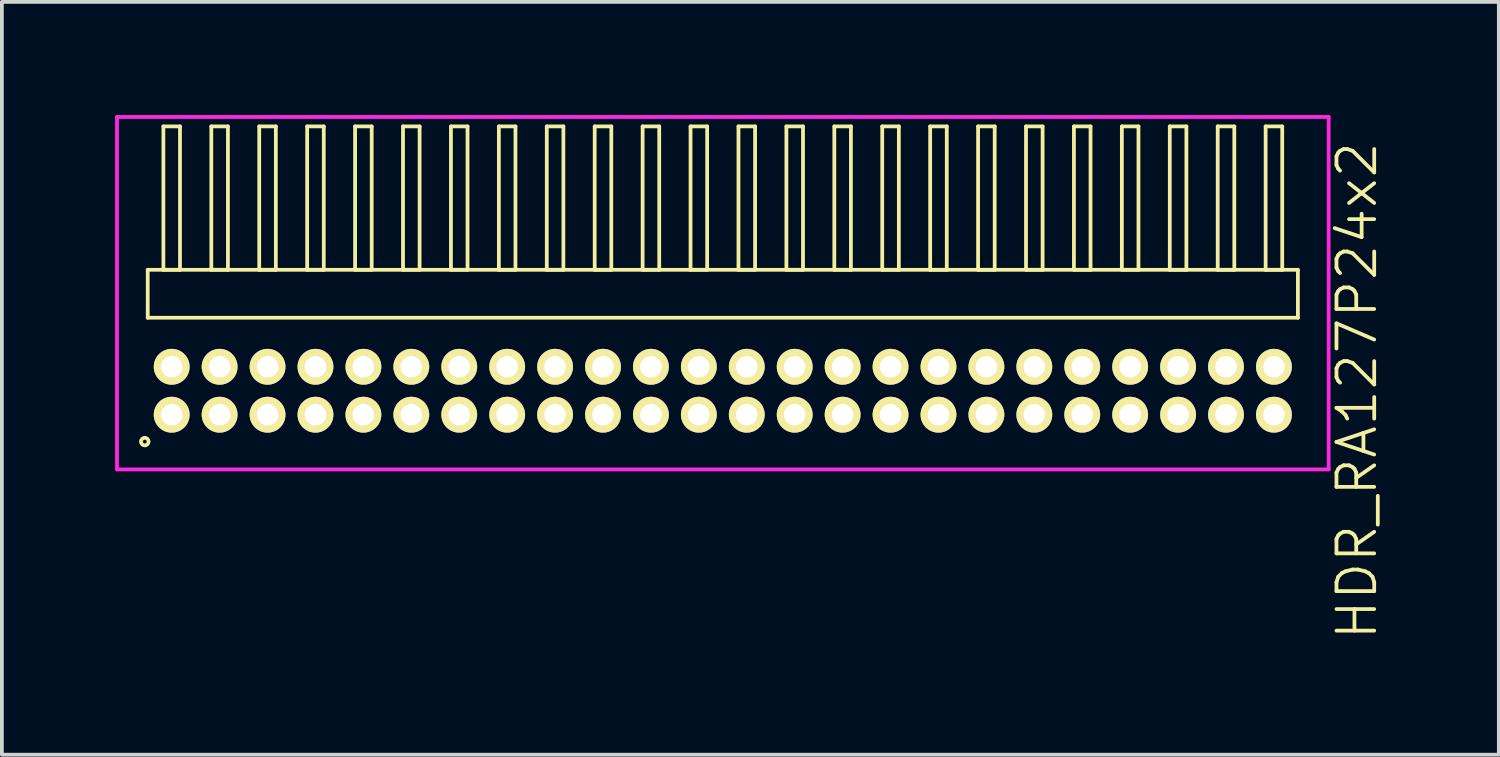
<source format=kicad_pcb>
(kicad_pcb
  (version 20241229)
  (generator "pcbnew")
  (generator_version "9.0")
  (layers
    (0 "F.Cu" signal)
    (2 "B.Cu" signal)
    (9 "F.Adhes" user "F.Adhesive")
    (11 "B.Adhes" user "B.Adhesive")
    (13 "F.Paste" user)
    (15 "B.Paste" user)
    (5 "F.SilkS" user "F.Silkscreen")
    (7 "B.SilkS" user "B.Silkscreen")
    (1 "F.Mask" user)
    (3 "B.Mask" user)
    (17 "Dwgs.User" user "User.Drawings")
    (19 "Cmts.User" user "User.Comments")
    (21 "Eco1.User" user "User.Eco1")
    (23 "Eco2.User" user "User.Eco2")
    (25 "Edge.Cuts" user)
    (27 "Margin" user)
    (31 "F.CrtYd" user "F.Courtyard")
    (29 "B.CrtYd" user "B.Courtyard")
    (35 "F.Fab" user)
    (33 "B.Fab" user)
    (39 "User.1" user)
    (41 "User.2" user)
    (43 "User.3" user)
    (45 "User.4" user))
  (footprint "HDR_RA127P24x2"
    (layer "F.Cu")
    (at 16.105 7.305)
    (property "Reference" "HDR_RA127P24x2" (at 16.805 0 90) (layer "F.SilkS") (effects (font (size 1 1) (thickness 0.1))))
    (attr through_hole)
    (fp_line (start -15.24 -3.205) (end -15.24 -1.935) (stroke (width 0.1) (type solid)) (layer "F.SilkS"))
    (fp_line (start -15.24 -1.935) (end 15.24 -1.935) (stroke (width 0.1) (type solid)) (layer "F.SilkS"))
    (fp_line (start -14.825 -7.005) (end -14.825 -3.205) (stroke (width 0.1) (type solid)) (layer "F.SilkS"))
    (fp_line (start -14.825 -3.205) (end -14.385 -3.205) (stroke (width 0.1) (type solid)) (layer "F.SilkS"))
    (fp_line (start -14.385 -7.005) (end -14.825 -7.005) (stroke (width 0.1) (type solid)) (layer "F.SilkS"))
    (fp_line (start -14.385 -3.205) (end -14.385 -7.005) (stroke (width 0.1) (type solid)) (layer "F.SilkS"))
    (fp_line (start -13.555 -7.005) (end -13.555 -3.205) (stroke (width 0.1) (type solid)) (layer "F.SilkS"))
    (fp_line (start -13.555 -3.205) (end -13.115 -3.205) (stroke (width 0.1) (type solid)) (layer "F.SilkS"))
    (fp_line (start -13.115 -7.005) (end -13.555 -7.005) (stroke (width 0.1) (type solid)) (layer "F.SilkS"))
    (fp_line (start -13.115 -3.205) (end -13.115 -7.005) (stroke (width 0.1) (type solid)) (layer "F.SilkS"))
    (fp_line (start -12.285 -7.005) (end -12.285 -3.205) (stroke (width 0.1) (type solid)) (layer "F.SilkS"))
    (fp_line (start -12.285 -3.205) (end -11.845 -3.205) (stroke (width 0.1) (type solid)) (layer "F.SilkS"))
    (fp_line (start -11.845 -7.005) (end -12.285 -7.005) (stroke (width 0.1) (type solid)) (layer "F.SilkS"))
    (fp_line (start -11.845 -3.205) (end -11.845 -7.005) (stroke (width 0.1) (type solid)) (layer "F.SilkS"))
    (fp_line (start -11.015 -7.005) (end -11.015 -3.205) (stroke (width 0.1) (type solid)) (layer "F.SilkS"))
    (fp_line (start -11.015 -3.205) (end -10.575 -3.205) (stroke (width 0.1) (type solid)) (layer "F.SilkS"))
    (fp_line (start -10.575 -7.005) (end -11.015 -7.005) (stroke (width 0.1) (type solid)) (layer "F.SilkS"))
    (fp_line (start -10.575 -3.205) (end -10.575 -7.005) (stroke (width 0.1) (type solid)) (layer "F.SilkS"))
    (fp_line (start -9.745 -7.005) (end -9.745 -3.205) (stroke (width 0.1) (type solid)) (layer "F.SilkS"))
    (fp_line (start -9.745 -3.205) (end -9.305 -3.205) (stroke (width 0.1) (type solid)) (layer "F.SilkS"))
    (fp_line (start -9.305 -7.005) (end -9.745 -7.005) (stroke (width 0.1) (type solid)) (layer "F.SilkS"))
    (fp_line (start -9.305 -3.205) (end -9.305 -7.005) (stroke (width 0.1) (type solid)) (layer "F.SilkS"))
    (fp_line (start -8.475 -7.005) (end -8.475 -3.205) (stroke (width 0.1) (type solid)) (layer "F.SilkS"))
    (fp_line (start -8.475 -3.205) (end -8.035 -3.205) (stroke (width 0.1) (type solid)) (layer "F.SilkS"))
    (fp_line (start -8.035 -7.005) (end -8.475 -7.005) (stroke (width 0.1) (type solid)) (layer "F.SilkS"))
    (fp_line (start -8.035 -3.205) (end -8.035 -7.005) (stroke (width 0.1) (type solid)) (layer "F.SilkS"))
    (fp_line (start -7.205 -7.005) (end -7.205 -3.205) (stroke (width 0.1) (type solid)) (layer "F.SilkS"))
    (fp_line (start -7.205 -3.205) (end -6.765 -3.205) (stroke (width 0.1) (type solid)) (layer "F.SilkS"))
    (fp_line (start -6.765 -7.005) (end -7.205 -7.005) (stroke (width 0.1) (type solid)) (layer "F.SilkS"))
    (fp_line (start -6.765 -3.205) (end -6.765 -7.005) (stroke (width 0.1) (type solid)) (layer "F.SilkS"))
    (fp_line (start -5.935 -7.005) (end -5.935 -3.205) (stroke (width 0.1) (type solid)) (layer "F.SilkS"))
    (fp_line (start -5.935 -3.205) (end -5.495 -3.205) (stroke (width 0.1) (type solid)) (layer "F.SilkS"))
    (fp_line (start -5.495 -7.005) (end -5.935 -7.005) (stroke (width 0.1) (type solid)) (layer "F.SilkS"))
    (fp_line (start -5.495 -3.205) (end -5.495 -7.005) (stroke (width 0.1) (type solid)) (layer "F.SilkS"))
    (fp_line (start -4.665 -7.005) (end -4.665 -3.205) (stroke (width 0.1) (type solid)) (layer "F.SilkS"))
    (fp_line (start -4.665 -3.205) (end -4.225 -3.205) (stroke (width 0.1) (type solid)) (layer "F.SilkS"))
    (fp_line (start -4.225 -7.005) (end -4.665 -7.005) (stroke (width 0.1) (type solid)) (layer "F.SilkS"))
    (fp_line (start -4.225 -3.205) (end -4.225 -7.005) (stroke (width 0.1) (type solid)) (layer "F.SilkS"))
    (fp_line (start -3.395 -7.005) (end -3.395 -3.205) (stroke (width 0.1) (type solid)) (layer "F.SilkS"))
    (fp_line (start -3.395 -3.205) (end -2.955 -3.205) (stroke (width 0.1) (type solid)) (layer "F.SilkS"))
    (fp_line (start -2.955 -7.005) (end -3.395 -7.005) (stroke (width 0.1) (type solid)) (layer "F.SilkS"))
    (fp_line (start -2.955 -3.205) (end -2.955 -7.005) (stroke (width 0.1) (type solid)) (layer "F.SilkS"))
    (fp_line (start -2.125 -7.005) (end -2.125 -3.205) (stroke (width 0.1) (type solid)) (layer "F.SilkS"))
    (fp_line (start -2.125 -3.205) (end -1.685 -3.205) (stroke (width 0.1) (type solid)) (layer "F.SilkS"))
    (fp_line (start -1.685 -7.005) (end -2.125 -7.005) (stroke (width 0.1) (type solid)) (layer "F.SilkS"))
    (fp_line (start -1.685 -3.205) (end -1.685 -7.005) (stroke (width 0.1) (type solid)) (layer "F.SilkS"))
    (fp_line (start -0.855 -7.005) (end -0.855 -3.205) (stroke (width 0.1) (type solid)) (layer "F.SilkS"))
    (fp_line (start -0.855 -3.205) (end -0.415 -3.205) (stroke (width 0.1) (type solid)) (layer "F.SilkS"))
    (fp_line (start -0.415 -7.005) (end -0.855 -7.005) (stroke (width 0.1) (type solid)) (layer "F.SilkS"))
    (fp_line (start -0.415 -3.205) (end -0.415 -7.005) (stroke (width 0.1) (type solid)) (layer "F.SilkS"))
    (fp_line (start 0.415 -7.005) (end 0.415 -3.205) (stroke (width 0.1) (type solid)) (layer "F.SilkS"))
    (fp_line (start 0.415 -3.205) (end 0.855 -3.205) (stroke (width 0.1) (type solid)) (layer "F.SilkS"))
    (fp_line (start 0.855 -7.005) (end 0.415 -7.005) (stroke (width 0.1) (type solid)) (layer "F.SilkS"))
    (fp_line (start 0.855 -3.205) (end 0.855 -7.005) (stroke (width 0.1) (type solid)) (layer "F.SilkS"))
    (fp_line (start 1.685 -7.005) (end 1.685 -3.205) (stroke (width 0.1) (type solid)) (layer "F.SilkS"))
    (fp_line (start 1.685 -3.205) (end 2.125 -3.205) (stroke (width 0.1) (type solid)) (layer "F.SilkS"))
    (fp_line (start 2.125 -7.005) (end 1.685 -7.005) (stroke (width 0.1) (type solid)) (layer "F.SilkS"))
    (fp_line (start 2.125 -3.205) (end 2.125 -7.005) (stroke (width 0.1) (type solid)) (layer "F.SilkS"))
    (fp_line (start 2.955 -7.005) (end 2.955 -3.205) (stroke (width 0.1) (type solid)) (layer "F.SilkS"))
    (fp_line (start 2.955 -3.205) (end 3.395 -3.205) (stroke (width 0.1) (type solid)) (layer "F.SilkS"))
    (fp_line (start 3.395 -7.005) (end 2.955 -7.005) (stroke (width 0.1) (type solid)) (layer "F.SilkS"))
    (fp_line (start 3.395 -3.205) (end 3.395 -7.005) (stroke (width 0.1) (type solid)) (layer "F.SilkS"))
    (fp_line (start 4.225 -7.005) (end 4.225 -3.205) (stroke (width 0.1) (type solid)) (layer "F.SilkS"))
    (fp_line (start 4.225 -3.205) (end 4.665 -3.205) (stroke (width 0.1) (type solid)) (layer "F.SilkS"))
    (fp_line (start 4.665 -7.005) (end 4.225 -7.005) (stroke (width 0.1) (type solid)) (layer "F.SilkS"))
    (fp_line (start 4.665 -3.205) (end 4.665 -7.005) (stroke (width 0.1) (type solid)) (layer "F.SilkS"))
    (fp_line (start 5.495 -7.005) (end 5.495 -3.205) (stroke (width 0.1) (type solid)) (layer "F.SilkS"))
    (fp_line (start 5.495 -3.205) (end 5.935 -3.205) (stroke (width 0.1) (type solid)) (layer "F.SilkS"))
    (fp_line (start 5.935 -7.005) (end 5.495 -7.005) (stroke (width 0.1) (type solid)) (layer "F.SilkS"))
    (fp_line (start 5.935 -3.205) (end 5.935 -7.005) (stroke (width 0.1) (type solid)) (layer "F.SilkS"))
    (fp_line (start 6.765 -7.005) (end 6.765 -3.205) (stroke (width 0.1) (type solid)) (layer "F.SilkS"))
    (fp_line (start 6.765 -3.205) (end 7.205 -3.205) (stroke (width 0.1) (type solid)) (layer "F.SilkS"))
    (fp_line (start 7.205 -7.005) (end 6.765 -7.005) (stroke (width 0.1) (type solid)) (layer "F.SilkS"))
    (fp_line (start 7.205 -3.205) (end 7.205 -7.005) (stroke (width 0.1) (type solid)) (layer "F.SilkS"))
    (fp_line (start 8.035 -7.005) (end 8.035 -3.205) (stroke (width 0.1) (type solid)) (layer "F.SilkS"))
    (fp_line (start 8.035 -3.205) (end 8.475 -3.205) (stroke (width 0.1) (type solid)) (layer "F.SilkS"))
    (fp_line (start 8.475 -7.005) (end 8.035 -7.005) (stroke (width 0.1) (type solid)) (layer "F.SilkS"))
    (fp_line (start 8.475 -3.205) (end 8.475 -7.005) (stroke (width 0.1) (type solid)) (layer "F.SilkS"))
    (fp_line (start 9.305 -7.005) (end 9.305 -3.205) (stroke (width 0.1) (type solid)) (layer "F.SilkS"))
    (fp_line (start 9.305 -3.205) (end 9.745 -3.205) (stroke (width 0.1) (type solid)) (layer "F.SilkS"))
    (fp_line (start 9.745 -7.005) (end 9.305 -7.005) (stroke (width 0.1) (type solid)) (layer "F.SilkS"))
    (fp_line (start 9.745 -3.205) (end 9.745 -7.005) (stroke (width 0.1) (type solid)) (layer "F.SilkS"))
    (fp_line (start 10.575 -7.005) (end 10.575 -3.205) (stroke (width 0.1) (type solid)) (layer "F.SilkS"))
    (fp_line (start 10.575 -3.205) (end 11.015 -3.205) (stroke (width 0.1) (type solid)) (layer "F.SilkS"))
    (fp_line (start 11.015 -7.005) (end 10.575 -7.005) (stroke (width 0.1) (type solid)) (layer "F.SilkS"))
    (fp_line (start 11.015 -3.205) (end 11.015 -7.005) (stroke (width 0.1) (type solid)) (layer "F.SilkS"))
    (fp_line (start 11.845 -7.005) (end 11.845 -3.205) (stroke (width 0.1) (type solid)) (layer "F.SilkS"))
    (fp_line (start 11.845 -3.205) (end 12.285 -3.205) (stroke (width 0.1) (type solid)) (layer "F.SilkS"))
    (fp_line (start 12.285 -7.005) (end 11.845 -7.005) (stroke (width 0.1) (type solid)) (layer "F.SilkS"))
    (fp_line (start 12.285 -3.205) (end 12.285 -7.005) (stroke (width 0.1) (type solid)) (layer "F.SilkS"))
    (fp_line (start 13.115 -7.005) (end 13.115 -3.205) (stroke (width 0.1) (type solid)) (layer "F.SilkS"))
    (fp_line (start 13.115 -3.205) (end 13.555 -3.205) (stroke (width 0.1) (type solid)) (layer "F.SilkS"))
    (fp_line (start 13.555 -7.005) (end 13.115 -7.005) (stroke (width 0.1) (type solid)) (layer "F.SilkS"))
    (fp_line (start 13.555 -3.205) (end 13.555 -7.005) (stroke (width 0.1) (type solid)) (layer "F.SilkS"))
    (fp_line (start 14.385 -7.005) (end 14.385 -3.205) (stroke (width 0.1) (type solid)) (layer "F.SilkS"))
    (fp_line (start 14.385 -3.205) (end 14.825 -3.205) (stroke (width 0.1) (type solid)) (layer "F.SilkS"))
    (fp_line (start 14.825 -7.005) (end 14.385 -7.005) (stroke (width 0.1) (type solid)) (layer "F.SilkS"))
    (fp_line (start 14.825 -3.205) (end 14.825 -7.005) (stroke (width 0.1) (type solid)) (layer "F.SilkS"))
    (fp_line (start 15.24 -3.205) (end -15.24 -3.205) (stroke (width 0.1) (type solid)) (layer "F.SilkS"))
    (fp_line (start 15.24 -1.935) (end 15.24 -3.205) (stroke (width 0.1) (type solid)) (layer "F.SilkS"))
    (fp_circle (center -15.318 1.348) (end -15.218 1.348) (stroke (width 0.1) (type solid)) (fill no) (layer "F.SilkS"))
    (fp_line (start -16.055 -7.255) (end -16.055 2.085) (stroke (width 0.1) (type solid)) (layer "F.CrtYd"))
    (fp_line (start -16.055 2.085) (end 16.055 2.085) (stroke (width 0.1) (type solid)) (layer "F.CrtYd"))
    (fp_line (start 16.055 -7.255) (end -16.055 -7.255) (stroke (width 0.1) (type solid)) (layer "F.CrtYd"))
    (fp_line (start 16.055 2.085) (end 16.055 -7.255) (stroke (width 0.1) (type solid)) (layer "F.CrtYd"))
    (pad "1" thru_hole oval (at -14.605 0.635) (size 0.95 0.95) (drill 0.57) (layers "*.Cu" "*.Mask" "F.SilkS"))
    (pad "2" thru_hole oval (at -14.605 -0.635) (size 0.95 0.95) (drill 0.57) (layers "*.Cu" "*.Mask" "F.SilkS"))
    (pad "3" thru_hole oval (at -13.335 0.635) (size 0.95 0.95) (drill 0.57) (layers "*.Cu" "*.Mask" "F.SilkS"))
    (pad "4" thru_hole oval (at -13.335 -0.635) (size 0.95 0.95) (drill 0.57) (layers "*.Cu" "*.Mask" "F.SilkS"))
    (pad "5" thru_hole oval (at -12.065 0.635) (size 0.95 0.95) (drill 0.57) (layers "*.Cu" "*.Mask" "F.SilkS"))
    (pad "6" thru_hole oval (at -12.065 -0.635) (size 0.95 0.95) (drill 0.57) (layers "*.Cu" "*.Mask" "F.SilkS"))
    (pad "7" thru_hole oval (at -10.795 0.635) (size 0.95 0.95) (drill 0.57) (layers "*.Cu" "*.Mask" "F.SilkS"))
    (pad "8" thru_hole oval (at -10.795 -0.635) (size 0.95 0.95) (drill 0.57) (layers "*.Cu" "*.Mask" "F.SilkS"))
    (pad "9" thru_hole oval (at -9.525 0.635) (size 0.95 0.95) (drill 0.57) (layers "*.Cu" "*.Mask" "F.SilkS"))
    (pad "10" thru_hole oval (at -9.525 -0.635) (size 0.95 0.95) (drill 0.57) (layers "*.Cu" "*.Mask" "F.SilkS"))
    (pad "11" thru_hole oval (at -8.255 0.635) (size 0.95 0.95) (drill 0.57) (layers "*.Cu" "*.Mask" "F.SilkS"))
    (pad "12" thru_hole oval (at -8.255 -0.635) (size 0.95 0.95) (drill 0.57) (layers "*.Cu" "*.Mask" "F.SilkS"))
    (pad "13" thru_hole oval (at -6.985 0.635) (size 0.95 0.95) (drill 0.57) (layers "*.Cu" "*.Mask" "F.SilkS"))
    (pad "14" thru_hole oval (at -6.985 -0.635) (size 0.95 0.95) (drill 0.57) (layers "*.Cu" "*.Mask" "F.SilkS"))
    (pad "15" thru_hole oval (at -5.715 0.635) (size 0.95 0.95) (drill 0.57) (layers "*.Cu" "*.Mask" "F.SilkS"))
    (pad "16" thru_hole oval (at -5.715 -0.635) (size 0.95 0.95) (drill 0.57) (layers "*.Cu" "*.Mask" "F.SilkS"))
    (pad "17" thru_hole oval (at -4.445 0.635) (size 0.95 0.95) (drill 0.57) (layers "*.Cu" "*.Mask" "F.SilkS"))
    (pad "18" thru_hole oval (at -4.445 -0.635) (size 0.95 0.95) (drill 0.57) (layers "*.Cu" "*.Mask" "F.SilkS"))
    (pad "19" thru_hole oval (at -3.175 0.635) (size 0.95 0.95) (drill 0.57) (layers "*.Cu" "*.Mask" "F.SilkS"))
    (pad "20" thru_hole oval (at -3.175 -0.635) (size 0.95 0.95) (drill 0.57) (layers "*.Cu" "*.Mask" "F.SilkS"))
    (pad "21" thru_hole oval (at -1.905 0.635) (size 0.95 0.95) (drill 0.57) (layers "*.Cu" "*.Mask" "F.SilkS"))
    (pad "22" thru_hole oval (at -1.905 -0.635) (size 0.95 0.95) (drill 0.57) (layers "*.Cu" "*.Mask" "F.SilkS"))
    (pad "23" thru_hole oval (at -0.635 0.635) (size 0.95 0.95) (drill 0.57) (layers "*.Cu" "*.Mask" "F.SilkS"))
    (pad "24" thru_hole oval (at -0.635 -0.635) (size 0.95 0.95) (drill 0.57) (layers "*.Cu" "*.Mask" "F.SilkS"))
    (pad "25" thru_hole oval (at 0.635 0.635) (size 0.95 0.95) (drill 0.57) (layers "*.Cu" "*.Mask" "F.SilkS"))
    (pad "26" thru_hole oval (at 0.635 -0.635) (size 0.95 0.95) (drill 0.57) (layers "*.Cu" "*.Mask" "F.SilkS"))
    (pad "27" thru_hole oval (at 1.905 0.635) (size 0.95 0.95) (drill 0.57) (layers "*.Cu" "*.Mask" "F.SilkS"))
    (pad "28" thru_hole oval (at 1.905 -0.635) (size 0.95 0.95) (drill 0.57) (layers "*.Cu" "*.Mask" "F.SilkS"))
    (pad "29" thru_hole oval (at 3.175 0.635) (size 0.95 0.95) (drill 0.57) (layers "*.Cu" "*.Mask" "F.SilkS"))
    (pad "30" thru_hole oval (at 3.175 -0.635) (size 0.95 0.95) (drill 0.57) (layers "*.Cu" "*.Mask" "F.SilkS"))
    (pad "31" thru_hole oval (at 4.445 0.635) (size 0.95 0.95) (drill 0.57) (layers "*.Cu" "*.Mask" "F.SilkS"))
    (pad "32" thru_hole oval (at 4.445 -0.635) (size 0.95 0.95) (drill 0.57) (layers "*.Cu" "*.Mask" "F.SilkS"))
    (pad "33" thru_hole oval (at 5.715 0.635) (size 0.95 0.95) (drill 0.57) (layers "*.Cu" "*.Mask" "F.SilkS"))
    (pad "34" thru_hole oval (at 5.715 -0.635) (size 0.95 0.95) (drill 0.57) (layers "*.Cu" "*.Mask" "F.SilkS"))
    (pad "35" thru_hole oval (at 6.985 0.635) (size 0.95 0.95) (drill 0.57) (layers "*.Cu" "*.Mask" "F.SilkS"))
    (pad "36" thru_hole oval (at 6.985 -0.635) (size 0.95 0.95) (drill 0.57) (layers "*.Cu" "*.Mask" "F.SilkS"))
    (pad "37" thru_hole oval (at 8.255 0.635) (size 0.95 0.95) (drill 0.57) (layers "*.Cu" "*.Mask" "F.SilkS"))
    (pad "38" thru_hole oval (at 8.255 -0.635) (size 0.95 0.95) (drill 0.57) (layers "*.Cu" "*.Mask" "F.SilkS"))
    (pad "39" thru_hole oval (at 9.525 0.635) (size 0.95 0.95) (drill 0.57) (layers "*.Cu" "*.Mask" "F.SilkS"))
    (pad "40" thru_hole oval (at 9.525 -0.635) (size 0.95 0.95) (drill 0.57) (layers "*.Cu" "*.Mask" "F.SilkS"))
    (pad "41" thru_hole oval (at 10.795 0.635) (size 0.95 0.95) (drill 0.57) (layers "*.Cu" "*.Mask" "F.SilkS"))
    (pad "42" thru_hole oval (at 10.795 -0.635) (size 0.95 0.95) (drill 0.57) (layers "*.Cu" "*.Mask" "F.SilkS"))
    (pad "43" thru_hole oval (at 12.065 0.635) (size 0.95 0.95) (drill 0.57) (layers "*.Cu" "*.Mask" "F.SilkS"))
    (pad "44" thru_hole oval (at 12.065 -0.635) (size 0.95 0.95) (drill 0.57) (layers "*.Cu" "*.Mask" "F.SilkS"))
    (pad "45" thru_hole oval (at 13.335 0.635) (size 0.95 0.95) (drill 0.57) (layers "*.Cu" "*.Mask" "F.SilkS"))
    (pad "46" thru_hole oval (at 13.335 -0.635) (size 0.95 0.95) (drill 0.57) (layers "*.Cu" "*.Mask" "F.SilkS"))
    (pad "47" thru_hole oval (at 14.605 0.635) (size 0.95 0.95) (drill 0.57) (layers "*.Cu" "*.Mask" "F.SilkS"))
    (pad "48" thru_hole oval (at 14.605 -0.635) (size 0.95 0.95) (drill 0.57) (layers "*.Cu" "*.Mask" "F.SilkS")))
  (gr_rect
    (start -3 -3)
    (end 36.67 16.95)
    (stroke (width 0.1) (type default))
    (fill no)
    (layer "Edge.Cuts")))
</source>
